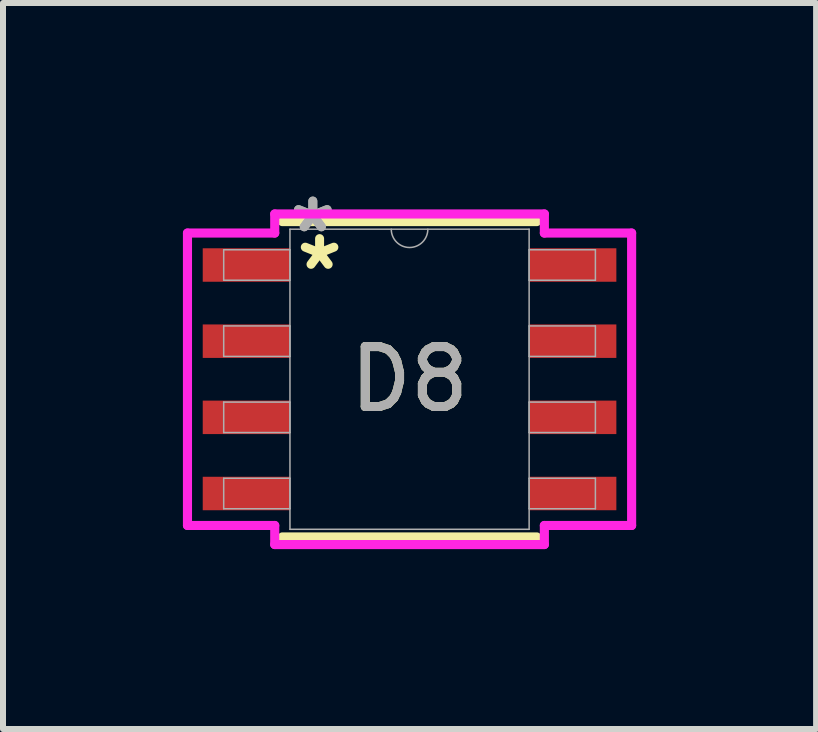
<source format=kicad_pcb>
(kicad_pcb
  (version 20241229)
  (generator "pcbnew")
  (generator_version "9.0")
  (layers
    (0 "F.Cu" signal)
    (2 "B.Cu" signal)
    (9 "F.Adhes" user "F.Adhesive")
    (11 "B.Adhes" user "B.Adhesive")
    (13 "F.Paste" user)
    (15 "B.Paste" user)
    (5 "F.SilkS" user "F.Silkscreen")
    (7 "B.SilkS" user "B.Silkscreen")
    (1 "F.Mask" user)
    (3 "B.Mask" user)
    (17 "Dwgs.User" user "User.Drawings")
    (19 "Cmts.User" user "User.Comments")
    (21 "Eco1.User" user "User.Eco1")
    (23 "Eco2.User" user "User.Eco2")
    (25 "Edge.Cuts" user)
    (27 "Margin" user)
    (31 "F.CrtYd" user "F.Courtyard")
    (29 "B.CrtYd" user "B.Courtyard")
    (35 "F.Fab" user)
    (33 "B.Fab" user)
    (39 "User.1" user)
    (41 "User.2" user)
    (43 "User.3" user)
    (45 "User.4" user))
  (footprint "D8"
    (layer "F.Cu")
    (at 3.779 3.274)
    (property "Reference" "D8" (at 0 0 0) (unlocked yes) (layer "F.SilkS") (effects (font (size 1 1) (thickness 0.15))))
    (attr smd)
    (fp_line (start -2.121 2.629) (end 2.121 2.629) (stroke (width 0.152) (type solid)) (layer "F.SilkS"))
    (fp_line (start 2.121 -2.629) (end -2.121 -2.629) (stroke (width 0.152) (type solid)) (layer "F.SilkS"))
    (fp_line (start -3.703 -2.438) (end -2.248 -2.438) (stroke (width 0.152) (type solid)) (layer "F.CrtYd"))
    (fp_line (start -3.703 2.438) (end -3.703 -2.438) (stroke (width 0.152) (type solid)) (layer "F.CrtYd"))
    (fp_line (start -3.703 2.438) (end -2.248 2.438) (stroke (width 0.152) (type solid)) (layer "F.CrtYd"))
    (fp_line (start -2.248 -2.756) (end 2.248 -2.756) (stroke (width 0.152) (type solid)) (layer "F.CrtYd"))
    (fp_line (start -2.248 -2.438) (end -2.248 -2.756) (stroke (width 0.152) (type solid)) (layer "F.CrtYd"))
    (fp_line (start -2.248 2.756) (end -2.248 2.438) (stroke (width 0.152) (type solid)) (layer "F.CrtYd"))
    (fp_line (start 2.248 -2.756) (end 2.248 -2.438) (stroke (width 0.152) (type solid)) (layer "F.CrtYd"))
    (fp_line (start 2.248 2.438) (end 2.248 2.756) (stroke (width 0.152) (type solid)) (layer "F.CrtYd"))
    (fp_line (start 2.248 2.756) (end -2.248 2.756) (stroke (width 0.152) (type solid)) (layer "F.CrtYd"))
    (fp_line (start 3.703 -2.438) (end 2.248 -2.438) (stroke (width 0.152) (type solid)) (layer "F.CrtYd"))
    (fp_line (start 3.703 -2.438) (end 3.703 2.438) (stroke (width 0.152) (type solid)) (layer "F.CrtYd"))
    (fp_line (start 3.703 2.438) (end 2.248 2.438) (stroke (width 0.152) (type solid)) (layer "F.CrtYd"))
    (fp_line (start -3.099 -2.159) (end -3.099 -1.651) (stroke (width 0.025) (type solid)) (layer "F.Fab"))
    (fp_line (start -3.099 -1.651) (end -1.994 -1.651) (stroke (width 0.025) (type solid)) (layer "F.Fab"))
    (fp_line (start -3.099 -0.889) (end -3.099 -0.381) (stroke (width 0.025) (type solid)) (layer "F.Fab"))
    (fp_line (start -3.099 -0.381) (end -1.994 -0.381) (stroke (width 0.025) (type solid)) (layer "F.Fab"))
    (fp_line (start -3.099 0.381) (end -3.099 0.889) (stroke (width 0.025) (type solid)) (layer "F.Fab"))
    (fp_line (start -3.099 0.889) (end -1.994 0.889) (stroke (width 0.025) (type solid)) (layer "F.Fab"))
    (fp_line (start -3.099 1.651) (end -3.099 2.159) (stroke (width 0.025) (type solid)) (layer "F.Fab"))
    (fp_line (start -3.099 2.159) (end -1.994 2.159) (stroke (width 0.025) (type solid)) (layer "F.Fab"))
    (fp_line (start -1.994 -2.502) (end -1.994 2.502) (stroke (width 0.025) (type solid)) (layer "F.Fab"))
    (fp_line (start -1.994 -2.159) (end -3.099 -2.159) (stroke (width 0.025) (type solid)) (layer "F.Fab"))
    (fp_line (start -1.994 -1.651) (end -1.994 -2.159) (stroke (width 0.025) (type solid)) (layer "F.Fab"))
    (fp_line (start -1.994 -0.889) (end -3.099 -0.889) (stroke (width 0.025) (type solid)) (layer "F.Fab"))
    (fp_line (start -1.994 -0.381) (end -1.994 -0.889) (stroke (width 0.025) (type solid)) (layer "F.Fab"))
    (fp_line (start -1.994 0.381) (end -3.099 0.381) (stroke (width 0.025) (type solid)) (layer "F.Fab"))
    (fp_line (start -1.994 0.889) (end -1.994 0.381) (stroke (width 0.025) (type solid)) (layer "F.Fab"))
    (fp_line (start -1.994 1.651) (end -3.099 1.651) (stroke (width 0.025) (type solid)) (layer "F.Fab"))
    (fp_line (start -1.994 2.159) (end -1.994 1.651) (stroke (width 0.025) (type solid)) (layer "F.Fab"))
    (fp_line (start -1.994 2.502) (end 1.994 2.502) (stroke (width 0.025) (type solid)) (layer "F.Fab"))
    (fp_line (start 1.994 -2.502) (end -1.994 -2.502) (stroke (width 0.025) (type solid)) (layer "F.Fab"))
    (fp_line (start 1.994 -2.159) (end 1.994 -1.651) (stroke (width 0.025) (type solid)) (layer "F.Fab"))
    (fp_line (start 1.994 -1.651) (end 3.099 -1.651) (stroke (width 0.025) (type solid)) (layer "F.Fab"))
    (fp_line (start 1.994 -0.889) (end 1.994 -0.381) (stroke (width 0.025) (type solid)) (layer "F.Fab"))
    (fp_line (start 1.994 -0.381) (end 3.099 -0.381) (stroke (width 0.025) (type solid)) (layer "F.Fab"))
    (fp_line (start 1.994 0.381) (end 1.994 0.889) (stroke (width 0.025) (type solid)) (layer "F.Fab"))
    (fp_line (start 1.994 0.889) (end 3.099 0.889) (stroke (width 0.025) (type solid)) (layer "F.Fab"))
    (fp_line (start 1.994 1.651) (end 1.994 2.159) (stroke (width 0.025) (type solid)) (layer "F.Fab"))
    (fp_line (start 1.994 2.159) (end 3.099 2.159) (stroke (width 0.025) (type solid)) (layer "F.Fab"))
    (fp_line (start 1.994 2.502) (end 1.994 -2.502) (stroke (width 0.025) (type solid)) (layer "F.Fab"))
    (fp_line (start 3.099 -2.159) (end 1.994 -2.159) (stroke (width 0.025) (type solid)) (layer "F.Fab"))
    (fp_line (start 3.099 -1.651) (end 3.099 -2.159) (stroke (width 0.025) (type solid)) (layer "F.Fab"))
    (fp_line (start 3.099 -0.889) (end 1.994 -0.889) (stroke (width 0.025) (type solid)) (layer "F.Fab"))
    (fp_line (start 3.099 -0.381) (end 3.099 -0.889) (stroke (width 0.025) (type solid)) (layer "F.Fab"))
    (fp_line (start 3.099 0.381) (end 1.994 0.381) (stroke (width 0.025) (type solid)) (layer "F.Fab"))
    (fp_line (start 3.099 0.889) (end 3.099 0.381) (stroke (width 0.025) (type solid)) (layer "F.Fab"))
    (fp_line (start 3.099 1.651) (end 1.994 1.651) (stroke (width 0.025) (type solid)) (layer "F.Fab"))
    (fp_line (start 3.099 2.159) (end 3.099 1.651) (stroke (width 0.025) (type solid)) (layer "F.Fab"))
    (fp_arc (start 0.3048 -2.5019) (mid 0 -2.1971) (end -0.3048 -2.5019) (stroke (width 0.0254) (type solid)) (layer "F.Fab"))
    (fp_text user "*" (at -1.5 -1.8 0) (layer "F.SilkS") (effects (font (size 1 1) (thickness 0.15))))
    (fp_text user "${REFERENCE}" (at 0 0 0) (unlocked yes) (layer "F.Fab") (effects (font (size 1 1) (thickness 0.15))))
    (fp_text user "*" (at -1.613 -2.426 0) (layer "F.Fab") (effects (font (size 1 1) (thickness 0.15))))
    (fp_text user "*" (at -1.613 -2.426 0) (unlocked yes) (layer "F.Fab") (effects (font (size 1 1) (thickness 0.15))))
    (pad "1" smd rect (at -2.721 -1.905) (size 1.455 0.558) (layers "F.Cu" "F.Mask" "F.Paste"))
    (pad "2" smd rect (at -2.721 -0.635) (size 1.455 0.558) (layers "F.Cu" "F.Mask" "F.Paste"))
    (pad "3" smd rect (at -2.721 0.635) (size 1.455 0.558) (layers "F.Cu" "F.Mask" "F.Paste"))
    (pad "4" smd rect (at -2.721 1.905) (size 1.455 0.558) (layers "F.Cu" "F.Mask" "F.Paste"))
    (pad "5" smd rect (at 2.721 1.905) (size 1.455 0.558) (layers "F.Cu" "F.Mask" "F.Paste"))
    (pad "6" smd rect (at 2.721 0.635) (size 1.455 0.558) (layers "F.Cu" "F.Mask" "F.Paste"))
    (pad "7" smd rect (at 2.721 -0.635) (size 1.455 0.558) (layers "F.Cu" "F.Mask" "F.Paste"))
    (pad "8" smd rect (at 2.721 -1.905) (size 1.455 0.558) (layers "F.Cu" "F.Mask" "F.Paste")))
  (gr_rect
    (start -3 -3)
    (end 10.558 9.106)
    (stroke (width 0.1) (type default))
    (fill no)
    (layer "Edge.Cuts")))
</source>
